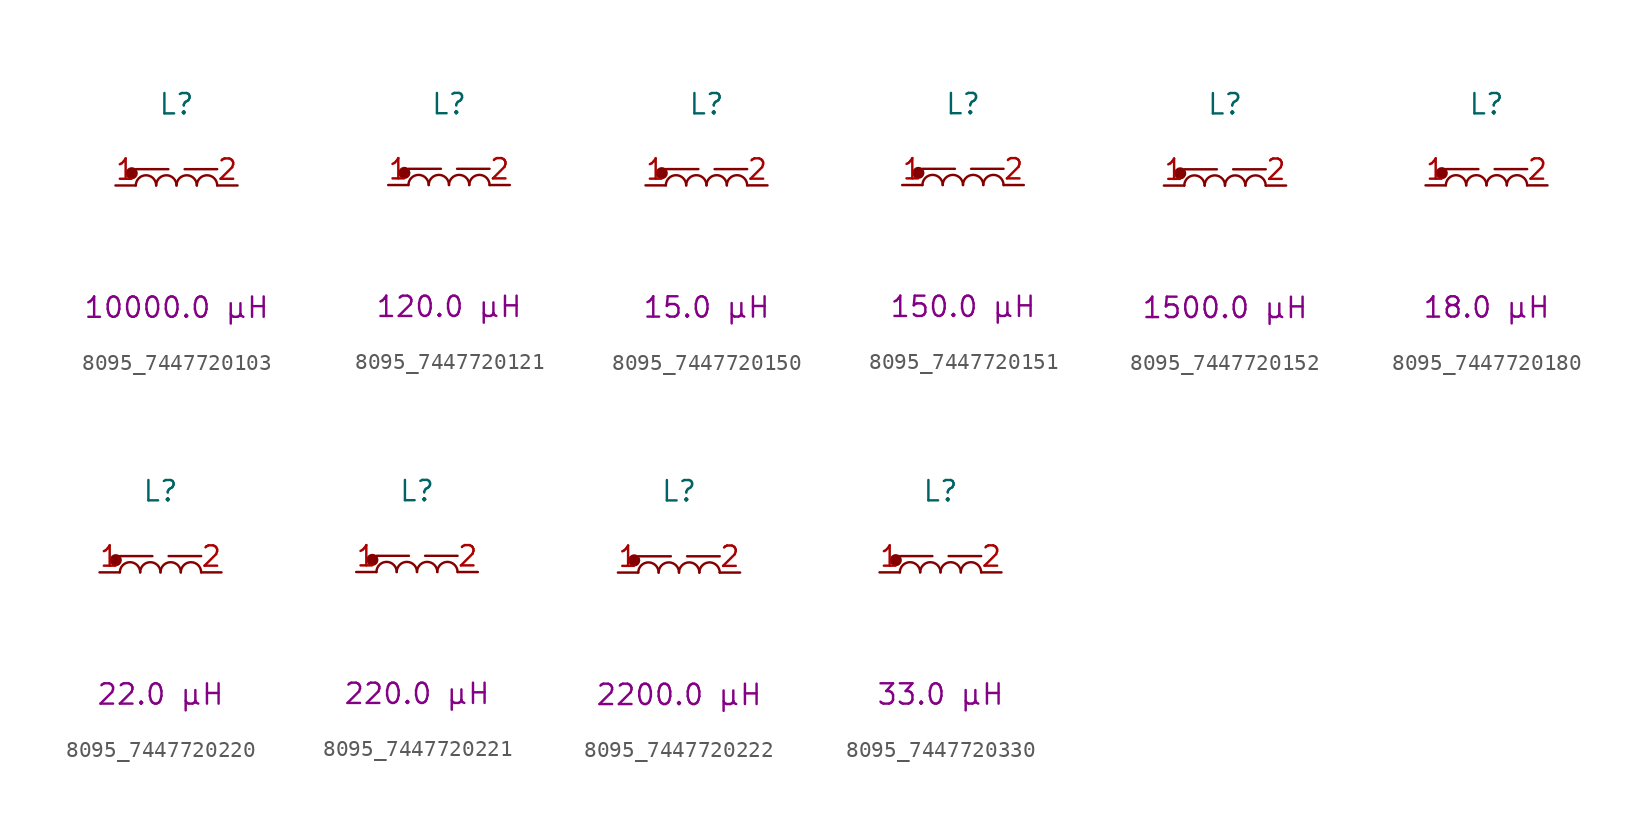
<source format=kicad_sym>
(kicad_symbol_lib
  (version 20220914)
  (generator kicad_symbol_editor)
  (symbol "8095_7447720103"
    (pin_names hide)
    (property "Reference" "L"
      (at 0 5.08 0)
      (effects (font (size 1.27 1.27))))
    (property "Critical Parameter" "10000.0 µH"
      (at 0 -7.62 0)
      (effects (font (size 1.27 1.27))))
    (symbol "8095_7447720103_0_1"
      (arc (start -1.27 0) (mid -1.905 0.6323) (end -2.54 0) (stroke (width 0) (type default)) (fill (type none)))
      (arc (start 0 0) (mid -0.635 0.6323) (end -1.27 0) (stroke (width 0) (type default)) (fill (type none)))
      (polyline (pts (xy -2.54 1.016) (xy -0.508 1.016)) (stroke (width 0) (type default)) (fill (type none)))
      (arc (start 1.27 0) (mid 0.635 0.6323) (end 0 0) (stroke (width 0) (type default)) (fill (type none)))
      (arc (start 2.54 0) (mid 1.905 0.6323) (end 1.27 0) (stroke (width 0) (type default)) (fill (type none))))
    (symbol "8095_7447720103_1_1"
      (circle (center -2.794 0.762) (radius 0.0001) (stroke (width 0.381) (type default)) (fill (type none)))
      (polyline (pts (xy 2.54 1.016) (xy 0.508 1.016)) (stroke (width 0) (type default)) (fill (type none)))
      (pin passive line (at -3.81 0 0) (length 1.27) (name "1" (effects (font (size 1.27 1.27)))) (number "1" (effects (font (size 1.27 1.27)))))
      (pin passive line (at 3.81 0 180) (length 1.27) (name "2" (effects (font (size 1.27 1.27)))) (number "2" (effects (font (size 1.27 1.27)))))))
  (symbol "8095_7447720121"
    (pin_names hide)
    (property "Reference" "L"
      (at 0 5.08 0)
      (effects (font (size 1.27 1.27))))
    (property "Critical Parameter" "120.0 µH"
      (at 0 -7.62 0)
      (effects (font (size 1.27 1.27))))
    (symbol "8095_7447720121_0_1"
      (arc (start -1.27 0) (mid -1.905 0.6323) (end -2.54 0) (stroke (width 0) (type default)) (fill (type none)))
      (arc (start 0 0) (mid -0.635 0.6323) (end -1.27 0) (stroke (width 0) (type default)) (fill (type none)))
      (polyline (pts (xy -2.54 1.016) (xy -0.508 1.016)) (stroke (width 0) (type default)) (fill (type none)))
      (arc (start 1.27 0) (mid 0.635 0.6323) (end 0 0) (stroke (width 0) (type default)) (fill (type none)))
      (arc (start 2.54 0) (mid 1.905 0.6323) (end 1.27 0) (stroke (width 0) (type default)) (fill (type none))))
    (symbol "8095_7447720121_1_1"
      (circle (center -2.794 0.762) (radius 0.0001) (stroke (width 0.381) (type default)) (fill (type none)))
      (polyline (pts (xy 2.54 1.016) (xy 0.508 1.016)) (stroke (width 0) (type default)) (fill (type none)))
      (pin passive line (at -3.81 0 0) (length 1.27) (name "1" (effects (font (size 1.27 1.27)))) (number "1" (effects (font (size 1.27 1.27)))))
      (pin passive line (at 3.81 0 180) (length 1.27) (name "2" (effects (font (size 1.27 1.27)))) (number "2" (effects (font (size 1.27 1.27)))))))
  (symbol "8095_7447720150"
    (pin_names hide)
    (property "Reference" "L"
      (at 0 5.08 0)
      (effects (font (size 1.27 1.27))))
    (property "Critical Parameter" "15.0 µH"
      (at 0 -7.62 0)
      (effects (font (size 1.27 1.27))))
    (symbol "8095_7447720150_0_1"
      (arc (start -1.27 0) (mid -1.905 0.6323) (end -2.54 0) (stroke (width 0) (type default)) (fill (type none)))
      (arc (start 0 0) (mid -0.635 0.6323) (end -1.27 0) (stroke (width 0) (type default)) (fill (type none)))
      (polyline (pts (xy -2.54 1.016) (xy -0.508 1.016)) (stroke (width 0) (type default)) (fill (type none)))
      (arc (start 1.27 0) (mid 0.635 0.6323) (end 0 0) (stroke (width 0) (type default)) (fill (type none)))
      (arc (start 2.54 0) (mid 1.905 0.6323) (end 1.27 0) (stroke (width 0) (type default)) (fill (type none))))
    (symbol "8095_7447720150_1_1"
      (circle (center -2.794 0.762) (radius 0.0001) (stroke (width 0.381) (type default)) (fill (type none)))
      (polyline (pts (xy 2.54 1.016) (xy 0.508 1.016)) (stroke (width 0) (type default)) (fill (type none)))
      (pin passive line (at -3.81 0 0) (length 1.27) (name "1" (effects (font (size 1.27 1.27)))) (number "1" (effects (font (size 1.27 1.27)))))
      (pin passive line (at 3.81 0 180) (length 1.27) (name "2" (effects (font (size 1.27 1.27)))) (number "2" (effects (font (size 1.27 1.27)))))))
  (symbol "8095_7447720151"
    (pin_names hide)
    (property "Reference" "L"
      (at 0 5.08 0)
      (effects (font (size 1.27 1.27))))
    (property "Critical Parameter" "150.0 µH"
      (at 0 -7.62 0)
      (effects (font (size 1.27 1.27))))
    (symbol "8095_7447720151_0_1"
      (arc (start -1.27 0) (mid -1.905 0.6323) (end -2.54 0) (stroke (width 0) (type default)) (fill (type none)))
      (arc (start 0 0) (mid -0.635 0.6323) (end -1.27 0) (stroke (width 0) (type default)) (fill (type none)))
      (polyline (pts (xy -2.54 1.016) (xy -0.508 1.016)) (stroke (width 0) (type default)) (fill (type none)))
      (arc (start 1.27 0) (mid 0.635 0.6323) (end 0 0) (stroke (width 0) (type default)) (fill (type none)))
      (arc (start 2.54 0) (mid 1.905 0.6323) (end 1.27 0) (stroke (width 0) (type default)) (fill (type none))))
    (symbol "8095_7447720151_1_1"
      (circle (center -2.794 0.762) (radius 0.0001) (stroke (width 0.381) (type default)) (fill (type none)))
      (polyline (pts (xy 2.54 1.016) (xy 0.508 1.016)) (stroke (width 0) (type default)) (fill (type none)))
      (pin passive line (at -3.81 0 0) (length 1.27) (name "1" (effects (font (size 1.27 1.27)))) (number "1" (effects (font (size 1.27 1.27)))))
      (pin passive line (at 3.81 0 180) (length 1.27) (name "2" (effects (font (size 1.27 1.27)))) (number "2" (effects (font (size 1.27 1.27)))))))
  (symbol "8095_7447720152"
    (pin_names hide)
    (property "Reference" "L"
      (at 0 5.08 0)
      (effects (font (size 1.27 1.27))))
    (property "Critical Parameter" "1500.0 µH"
      (at 0 -7.62 0)
      (effects (font (size 1.27 1.27))))
    (symbol "8095_7447720152_0_1"
      (arc (start -1.27 0) (mid -1.905 0.6323) (end -2.54 0) (stroke (width 0) (type default)) (fill (type none)))
      (arc (start 0 0) (mid -0.635 0.6323) (end -1.27 0) (stroke (width 0) (type default)) (fill (type none)))
      (polyline (pts (xy -2.54 1.016) (xy -0.508 1.016)) (stroke (width 0) (type default)) (fill (type none)))
      (arc (start 1.27 0) (mid 0.635 0.6323) (end 0 0) (stroke (width 0) (type default)) (fill (type none)))
      (arc (start 2.54 0) (mid 1.905 0.6323) (end 1.27 0) (stroke (width 0) (type default)) (fill (type none))))
    (symbol "8095_7447720152_1_1"
      (circle (center -2.794 0.762) (radius 0.0001) (stroke (width 0.381) (type default)) (fill (type none)))
      (polyline (pts (xy 2.54 1.016) (xy 0.508 1.016)) (stroke (width 0) (type default)) (fill (type none)))
      (pin passive line (at -3.81 0 0) (length 1.27) (name "1" (effects (font (size 1.27 1.27)))) (number "1" (effects (font (size 1.27 1.27)))))
      (pin passive line (at 3.81 0 180) (length 1.27) (name "2" (effects (font (size 1.27 1.27)))) (number "2" (effects (font (size 1.27 1.27)))))))
  (symbol "8095_7447720180"
    (pin_names hide)
    (property "Reference" "L"
      (at 0 5.08 0)
      (effects (font (size 1.27 1.27))))
    (property "Critical Parameter" "18.0 µH"
      (at 0 -7.62 0)
      (effects (font (size 1.27 1.27))))
    (symbol "8095_7447720180_0_1"
      (arc (start -1.27 0) (mid -1.905 0.6323) (end -2.54 0) (stroke (width 0) (type default)) (fill (type none)))
      (arc (start 0 0) (mid -0.635 0.6323) (end -1.27 0) (stroke (width 0) (type default)) (fill (type none)))
      (polyline (pts (xy -2.54 1.016) (xy -0.508 1.016)) (stroke (width 0) (type default)) (fill (type none)))
      (arc (start 1.27 0) (mid 0.635 0.6323) (end 0 0) (stroke (width 0) (type default)) (fill (type none)))
      (arc (start 2.54 0) (mid 1.905 0.6323) (end 1.27 0) (stroke (width 0) (type default)) (fill (type none))))
    (symbol "8095_7447720180_1_1"
      (circle (center -2.794 0.762) (radius 0.0001) (stroke (width 0.381) (type default)) (fill (type none)))
      (polyline (pts (xy 2.54 1.016) (xy 0.508 1.016)) (stroke (width 0) (type default)) (fill (type none)))
      (pin passive line (at -3.81 0 0) (length 1.27) (name "1" (effects (font (size 1.27 1.27)))) (number "1" (effects (font (size 1.27 1.27)))))
      (pin passive line (at 3.81 0 180) (length 1.27) (name "2" (effects (font (size 1.27 1.27)))) (number "2" (effects (font (size 1.27 1.27)))))))
  (symbol "8095_7447720220"
    (pin_names hide)
    (property "Reference" "L"
      (at 0 5.08 0)
      (effects (font (size 1.27 1.27))))
    (property "Critical Parameter" "22.0 µH"
      (at 0 -7.62 0)
      (effects (font (size 1.27 1.27))))
    (symbol "8095_7447720220_0_1"
      (arc (start -1.27 0) (mid -1.905 0.6323) (end -2.54 0) (stroke (width 0) (type default)) (fill (type none)))
      (arc (start 0 0) (mid -0.635 0.6323) (end -1.27 0) (stroke (width 0) (type default)) (fill (type none)))
      (polyline (pts (xy -2.54 1.016) (xy -0.508 1.016)) (stroke (width 0) (type default)) (fill (type none)))
      (arc (start 1.27 0) (mid 0.635 0.6323) (end 0 0) (stroke (width 0) (type default)) (fill (type none)))
      (arc (start 2.54 0) (mid 1.905 0.6323) (end 1.27 0) (stroke (width 0) (type default)) (fill (type none))))
    (symbol "8095_7447720220_1_1"
      (circle (center -2.794 0.762) (radius 0.0001) (stroke (width 0.381) (type default)) (fill (type none)))
      (polyline (pts (xy 2.54 1.016) (xy 0.508 1.016)) (stroke (width 0) (type default)) (fill (type none)))
      (pin passive line (at -3.81 0 0) (length 1.27) (name "1" (effects (font (size 1.27 1.27)))) (number "1" (effects (font (size 1.27 1.27)))))
      (pin passive line (at 3.81 0 180) (length 1.27) (name "2" (effects (font (size 1.27 1.27)))) (number "2" (effects (font (size 1.27 1.27)))))))
  (symbol "8095_7447720221"
    (pin_names hide)
    (property "Reference" "L"
      (at 0 5.08 0)
      (effects (font (size 1.27 1.27))))
    (property "Critical Parameter" "220.0 µH"
      (at 0 -7.62 0)
      (effects (font (size 1.27 1.27))))
    (symbol "8095_7447720221_0_1"
      (arc (start -1.27 0) (mid -1.905 0.6323) (end -2.54 0) (stroke (width 0) (type default)) (fill (type none)))
      (arc (start 0 0) (mid -0.635 0.6323) (end -1.27 0) (stroke (width 0) (type default)) (fill (type none)))
      (polyline (pts (xy -2.54 1.016) (xy -0.508 1.016)) (stroke (width 0) (type default)) (fill (type none)))
      (arc (start 1.27 0) (mid 0.635 0.6323) (end 0 0) (stroke (width 0) (type default)) (fill (type none)))
      (arc (start 2.54 0) (mid 1.905 0.6323) (end 1.27 0) (stroke (width 0) (type default)) (fill (type none))))
    (symbol "8095_7447720221_1_1"
      (circle (center -2.794 0.762) (radius 0.0001) (stroke (width 0.381) (type default)) (fill (type none)))
      (polyline (pts (xy 2.54 1.016) (xy 0.508 1.016)) (stroke (width 0) (type default)) (fill (type none)))
      (pin passive line (at -3.81 0 0) (length 1.27) (name "1" (effects (font (size 1.27 1.27)))) (number "1" (effects (font (size 1.27 1.27)))))
      (pin passive line (at 3.81 0 180) (length 1.27) (name "2" (effects (font (size 1.27 1.27)))) (number "2" (effects (font (size 1.27 1.27)))))))
  (symbol "8095_7447720222"
    (pin_names hide)
    (property "Reference" "L"
      (at 0 5.08 0)
      (effects (font (size 1.27 1.27))))
    (property "Critical Parameter" "2200.0 µH"
      (at 0 -7.62 0)
      (effects (font (size 1.27 1.27))))
    (symbol "8095_7447720222_0_1"
      (arc (start -1.27 0) (mid -1.905 0.6323) (end -2.54 0) (stroke (width 0) (type default)) (fill (type none)))
      (arc (start 0 0) (mid -0.635 0.6323) (end -1.27 0) (stroke (width 0) (type default)) (fill (type none)))
      (polyline (pts (xy -2.54 1.016) (xy -0.508 1.016)) (stroke (width 0) (type default)) (fill (type none)))
      (arc (start 1.27 0) (mid 0.635 0.6323) (end 0 0) (stroke (width 0) (type default)) (fill (type none)))
      (arc (start 2.54 0) (mid 1.905 0.6323) (end 1.27 0) (stroke (width 0) (type default)) (fill (type none))))
    (symbol "8095_7447720222_1_1"
      (circle (center -2.794 0.762) (radius 0.0001) (stroke (width 0.381) (type default)) (fill (type none)))
      (polyline (pts (xy 2.54 1.016) (xy 0.508 1.016)) (stroke (width 0) (type default)) (fill (type none)))
      (pin passive line (at -3.81 0 0) (length 1.27) (name "1" (effects (font (size 1.27 1.27)))) (number "1" (effects (font (size 1.27 1.27)))))
      (pin passive line (at 3.81 0 180) (length 1.27) (name "2" (effects (font (size 1.27 1.27)))) (number "2" (effects (font (size 1.27 1.27)))))))
  (symbol "8095_7447720330"
    (pin_names hide)
    (property "Reference" "L"
      (at 0 5.08 0)
      (effects (font (size 1.27 1.27))))
    (property "Critical Parameter" "33.0 µH"
      (at 0 -7.62 0)
      (effects (font (size 1.27 1.27))))
    (symbol "8095_7447720330_0_1"
      (arc (start -1.27 0) (mid -1.905 0.6323) (end -2.54 0) (stroke (width 0) (type default)) (fill (type none)))
      (arc (start 0 0) (mid -0.635 0.6323) (end -1.27 0) (stroke (width 0) (type default)) (fill (type none)))
      (polyline (pts (xy -2.54 1.016) (xy -0.508 1.016)) (stroke (width 0) (type default)) (fill (type none)))
      (arc (start 1.27 0) (mid 0.635 0.6323) (end 0 0) (stroke (width 0) (type default)) (fill (type none)))
      (arc (start 2.54 0) (mid 1.905 0.6323) (end 1.27 0) (stroke (width 0) (type default)) (fill (type none))))
    (symbol "8095_7447720330_1_1"
      (circle (center -2.794 0.762) (radius 0.0001) (stroke (width 0.381) (type default)) (fill (type none)))
      (polyline (pts (xy 2.54 1.016) (xy 0.508 1.016)) (stroke (width 0) (type default)) (fill (type none)))
      (pin passive line (at -3.81 0 0) (length 1.27) (name "1" (effects (font (size 1.27 1.27)))) (number "1" (effects (font (size 1.27 1.27)))))
      (pin passive line (at 3.81 0 180) (length 1.27) (name "2" (effects (font (size 1.27 1.27)))) (number "2" (effects (font (size 1.27 1.27))))))))
</source>
